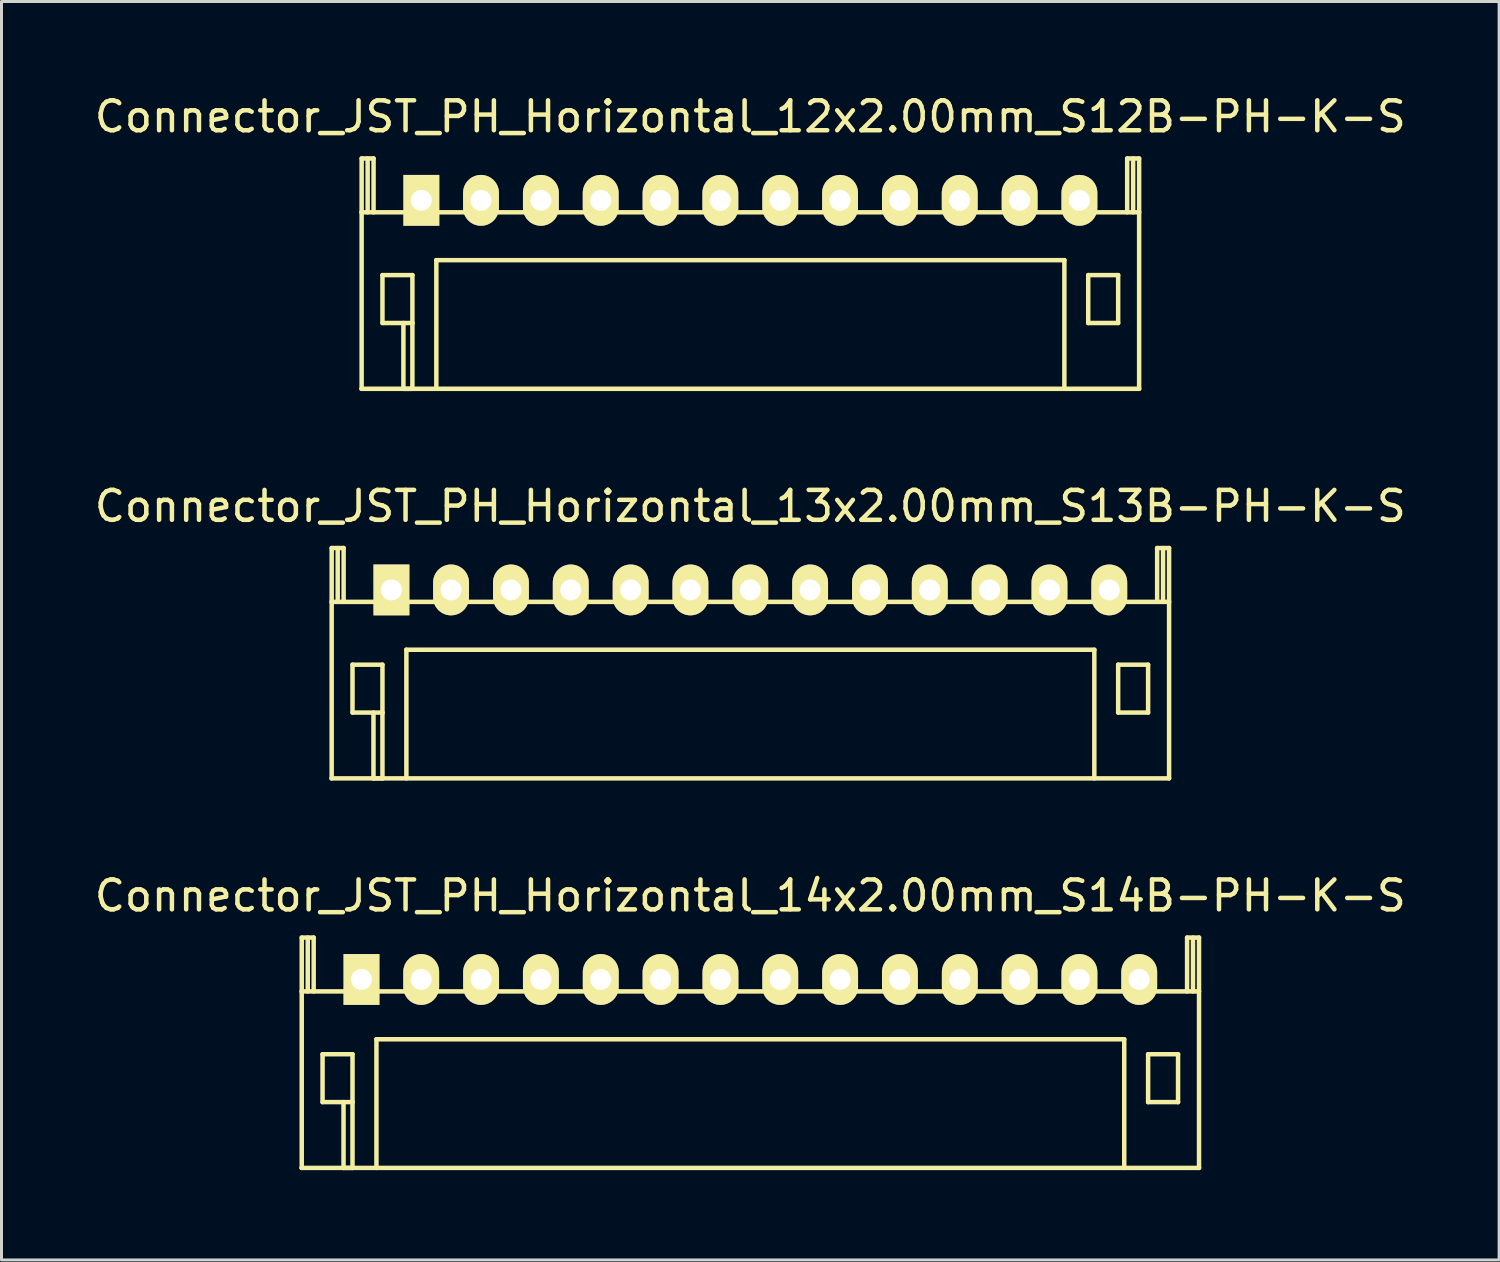
<source format=kicad_pcb>
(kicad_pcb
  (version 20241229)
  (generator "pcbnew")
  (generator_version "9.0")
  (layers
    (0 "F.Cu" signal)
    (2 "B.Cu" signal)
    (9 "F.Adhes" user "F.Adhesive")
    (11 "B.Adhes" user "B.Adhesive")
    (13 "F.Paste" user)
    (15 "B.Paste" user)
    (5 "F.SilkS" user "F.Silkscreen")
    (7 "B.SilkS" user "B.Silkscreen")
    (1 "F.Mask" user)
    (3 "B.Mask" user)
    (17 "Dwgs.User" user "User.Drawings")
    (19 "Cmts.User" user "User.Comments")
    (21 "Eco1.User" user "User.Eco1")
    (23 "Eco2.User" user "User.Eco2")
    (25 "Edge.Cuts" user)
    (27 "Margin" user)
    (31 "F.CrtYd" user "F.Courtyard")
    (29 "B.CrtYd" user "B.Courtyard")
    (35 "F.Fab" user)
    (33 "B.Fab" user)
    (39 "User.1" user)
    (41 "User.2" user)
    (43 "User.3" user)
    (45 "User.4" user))
  (footprint "Connector_JST_PH_Horizontal_13x2.00mm_S13B-PH-K-S"
    (layer "F.Cu")
    (at 10.03 16.669)
    (property "Reference" "Connector_JST_PH_Horizontal_13x2.00mm_S13B-PH-K-S" (at 12 -2.799 0) (layer "F.SilkS") (effects (font (size 1 1) (thickness 0.15))))
    (attr through_hole)
    (fp_line (start -1.993 -1.4) (end -1.993 6.299) (stroke (width 0.15) (type solid)) (layer "F.SilkS"))
    (fp_line (start -1.792 -1.4) (end -1.792 0.399) (stroke (width 0.15) (type solid)) (layer "F.SilkS"))
    (fp_line (start -1.594 -1.4) (end -1.993 -1.4) (stroke (width 0.15) (type solid)) (layer "F.SilkS"))
    (fp_line (start -1.594 0.399) (end -1.594 -1.4) (stroke (width 0.15) (type solid)) (layer "F.SilkS"))
    (fp_line (start -1.297 2.499) (end -0.296 2.499) (stroke (width 0.15) (type solid)) (layer "F.SilkS"))
    (fp_line (start -1.297 4.1) (end -1.297 2.499) (stroke (width 0.15) (type solid)) (layer "F.SilkS"))
    (fp_line (start -0.596 6.299) (end -0.596 4.1) (stroke (width 0.15) (type solid)) (layer "F.SilkS"))
    (fp_line (start -0.296 2.499) (end -0.296 4.1) (stroke (width 0.15) (type solid)) (layer "F.SilkS"))
    (fp_line (start -0.296 4.1) (end -1.297 4.1) (stroke (width 0.15) (type solid)) (layer "F.SilkS"))
    (fp_line (start -0.296 4.1) (end -0.296 6.299) (stroke (width 0.15) (type solid)) (layer "F.SilkS"))
    (fp_line (start -0.296 6.299) (end -0.596 6.299) (stroke (width 0.15) (type solid)) (layer "F.SilkS"))
    (fp_line (start 0.499 1.999) (end 23.501 1.999) (stroke (width 0.15) (type solid)) (layer "F.SilkS"))
    (fp_line (start 0.504 1.999) (end 0.504 6.299) (stroke (width 0.15) (type solid)) (layer "F.SilkS"))
    (fp_line (start 23.499 1.999) (end 23.499 6.299) (stroke (width 0.15) (type solid)) (layer "F.SilkS"))
    (fp_line (start 24.296 2.499) (end 25.297 2.499) (stroke (width 0.15) (type solid)) (layer "F.SilkS"))
    (fp_line (start 24.296 4.1) (end 24.296 2.499) (stroke (width 0.15) (type solid)) (layer "F.SilkS"))
    (fp_line (start 25.297 2.499) (end 25.297 4.1) (stroke (width 0.15) (type solid)) (layer "F.SilkS"))
    (fp_line (start 25.297 4.1) (end 24.296 4.1) (stroke (width 0.15) (type solid)) (layer "F.SilkS"))
    (fp_line (start 25.599 -1.4) (end 25.599 0.399) (stroke (width 0.15) (type solid)) (layer "F.SilkS"))
    (fp_line (start 25.797 -1.4) (end 25.797 0.399) (stroke (width 0.15) (type solid)) (layer "F.SilkS"))
    (fp_line (start 25.998 -1.4) (end 25.599 -1.4) (stroke (width 0.15) (type solid)) (layer "F.SilkS"))
    (fp_line (start 25.998 6.299) (end 25.998 -1.4) (stroke (width 0.15) (type solid)) (layer "F.SilkS"))
    (fp_line (start 26 0.399) (end -2 0.399) (stroke (width 0.15) (type solid)) (layer "F.SilkS"))
    (fp_line (start 26 6.299) (end -2 6.299) (stroke (width 0.15) (type solid)) (layer "F.SilkS"))
    (pad "1" thru_hole rect (at 0.004 0) (size 1.199 1.699) (drill 0.701) (layers "*.Cu" "*.Mask" "F.SilkS"))
    (pad "2" thru_hole oval (at 1.997 0) (size 1.199 1.699) (drill 0.701) (layers "*.Cu" "*.Mask" "F.SilkS"))
    (pad "3" thru_hole oval (at 3.999 0) (size 1.199 1.699) (drill 0.701) (layers "*.Cu" "*.Mask" "F.SilkS"))
    (pad "4" thru_hole oval (at 5.998 0) (size 1.199 1.699) (drill 0.701) (layers "*.Cu" "*.Mask" "F.SilkS"))
    (pad "5" thru_hole oval (at 8 0) (size 1.199 1.699) (drill 0.701) (layers "*.Cu" "*.Mask" "F.SilkS"))
    (pad "6" thru_hole oval (at 9.998 0) (size 1.199 1.699) (drill 0.701) (layers "*.Cu" "*.Mask" "F.SilkS"))
    (pad "7" thru_hole oval (at 12 0) (size 1.199 1.699) (drill 0.701) (layers "*.Cu" "*.Mask" "F.SilkS"))
    (pad "8" thru_hole oval (at 13.999 0) (size 1.199 1.699) (drill 0.701) (layers "*.Cu" "*.Mask" "F.SilkS"))
    (pad "9" thru_hole oval (at 16 0) (size 1.199 1.699) (drill 0.701) (layers "*.Cu" "*.Mask" "F.SilkS"))
    (pad "10" thru_hole oval (at 17.999 0) (size 1.199 1.699) (drill 0.701) (layers "*.Cu" "*.Mask" "F.SilkS"))
    (pad "11" thru_hole oval (at 20.001 0) (size 1.199 1.699) (drill 0.701) (layers "*.Cu" "*.Mask" "F.SilkS"))
    (pad "12" thru_hole oval (at 22 0) (size 1.199 1.699) (drill 0.701) (layers "*.Cu" "*.Mask" "F.SilkS"))
    (pad "13" thru_hole oval (at 23.999 0) (size 1.199 1.699) (drill 0.701) (layers "*.Cu" "*.Mask" "F.SilkS")))
  (footprint "Connector_JST_PH_Horizontal_12x2.00mm_S12B-PH-K-S"
    (layer "F.Cu")
    (at 11.03 3.647)
    (property "Reference" "Connector_JST_PH_Horizontal_12x2.00mm_S12B-PH-K-S" (at 11 -2.799 0) (layer "F.SilkS") (effects (font (size 1 1) (thickness 0.15))))
    (attr through_hole)
    (fp_line (start -2 0.399) (end 24 0.399) (stroke (width 0.15) (type solid)) (layer "F.SilkS"))
    (fp_line (start -2 6.299) (end 24 6.299) (stroke (width 0.15) (type solid)) (layer "F.SilkS"))
    (fp_line (start -1.992 -1.4) (end -1.992 6.299) (stroke (width 0.15) (type solid)) (layer "F.SilkS"))
    (fp_line (start -1.791 -1.4) (end -1.791 0.399) (stroke (width 0.15) (type solid)) (layer "F.SilkS"))
    (fp_line (start -1.593 -1.4) (end -1.992 -1.4) (stroke (width 0.15) (type solid)) (layer "F.SilkS"))
    (fp_line (start -1.593 0.399) (end -1.593 -1.4) (stroke (width 0.15) (type solid)) (layer "F.SilkS"))
    (fp_line (start -1.296 2.499) (end -0.295 2.499) (stroke (width 0.15) (type solid)) (layer "F.SilkS"))
    (fp_line (start -1.296 4.1) (end -1.296 2.499) (stroke (width 0.15) (type solid)) (layer "F.SilkS"))
    (fp_line (start -0.595 6.299) (end -0.595 4.1) (stroke (width 0.15) (type solid)) (layer "F.SilkS"))
    (fp_line (start -0.295 2.499) (end -0.295 4.1) (stroke (width 0.15) (type solid)) (layer "F.SilkS"))
    (fp_line (start -0.295 4.1) (end -1.296 4.1) (stroke (width 0.15) (type solid)) (layer "F.SilkS"))
    (fp_line (start -0.295 4.1) (end -0.295 6.299) (stroke (width 0.15) (type solid)) (layer "F.SilkS"))
    (fp_line (start -0.295 6.299) (end -0.595 6.299) (stroke (width 0.15) (type solid)) (layer "F.SilkS"))
    (fp_line (start 0.505 1.999) (end 0.505 6.299) (stroke (width 0.15) (type solid)) (layer "F.SilkS"))
    (fp_line (start 21.498 1.999) (end 21.498 6.299) (stroke (width 0.15) (type solid)) (layer "F.SilkS"))
    (fp_line (start 21.5 1.999) (end 0.5 1.999) (stroke (width 0.15) (type solid)) (layer "F.SilkS"))
    (fp_line (start 22.295 2.499) (end 23.296 2.499) (stroke (width 0.15) (type solid)) (layer "F.SilkS"))
    (fp_line (start 22.295 4.1) (end 22.295 2.499) (stroke (width 0.15) (type solid)) (layer "F.SilkS"))
    (fp_line (start 23.296 2.499) (end 23.296 4.1) (stroke (width 0.15) (type solid)) (layer "F.SilkS"))
    (fp_line (start 23.296 4.1) (end 22.295 4.1) (stroke (width 0.15) (type solid)) (layer "F.SilkS"))
    (fp_line (start 23.598 -1.4) (end 23.598 0.399) (stroke (width 0.15) (type solid)) (layer "F.SilkS"))
    (fp_line (start 23.797 -1.4) (end 23.797 0.399) (stroke (width 0.15) (type solid)) (layer "F.SilkS"))
    (fp_line (start 23.997 -1.4) (end 23.598 -1.4) (stroke (width 0.15) (type solid)) (layer "F.SilkS"))
    (fp_line (start 23.997 6.299) (end 23.997 -1.4) (stroke (width 0.15) (type solid)) (layer "F.SilkS"))
    (pad "1" thru_hole rect (at 0.004 0) (size 1.199 1.699) (drill 0.701) (layers "*.Cu" "*.Mask" "F.SilkS"))
    (pad "2" thru_hole oval (at 1.998 0) (size 1.199 1.699) (drill 0.701) (layers "*.Cu" "*.Mask" "F.SilkS"))
    (pad "3" thru_hole oval (at 4 0) (size 1.199 1.699) (drill 0.701) (layers "*.Cu" "*.Mask" "F.SilkS"))
    (pad "4" thru_hole oval (at 5.999 0) (size 1.199 1.699) (drill 0.701) (layers "*.Cu" "*.Mask" "F.SilkS"))
    (pad "5" thru_hole oval (at 8 0) (size 1.199 1.699) (drill 0.701) (layers "*.Cu" "*.Mask" "F.SilkS"))
    (pad "6" thru_hole oval (at 9.999 0) (size 1.199 1.699) (drill 0.701) (layers "*.Cu" "*.Mask" "F.SilkS"))
    (pad "7" thru_hole oval (at 12.001 0) (size 1.199 1.699) (drill 0.701) (layers "*.Cu" "*.Mask" "F.SilkS"))
    (pad "8" thru_hole oval (at 14 0) (size 1.199 1.699) (drill 0.701) (layers "*.Cu" "*.Mask" "F.SilkS"))
    (pad "9" thru_hole oval (at 16.001 0) (size 1.199 1.699) (drill 0.701) (layers "*.Cu" "*.Mask" "F.SilkS"))
    (pad "10" thru_hole oval (at 18 0) (size 1.199 1.699) (drill 0.701) (layers "*.Cu" "*.Mask" "F.SilkS"))
    (pad "11" thru_hole oval (at 20.002 0) (size 1.199 1.699) (drill 0.701) (layers "*.Cu" "*.Mask" "F.SilkS"))
    (pad "12" thru_hole oval (at 22.001 0) (size 1.199 1.699) (drill 0.701) (layers "*.Cu" "*.Mask" "F.SilkS")))
  (footprint "Connector_JST_PH_Horizontal_14x2.00mm_S14B-PH-K-S"
    (layer "F.Cu")
    (at 9.03 29.69)
    (property "Reference" "Connector_JST_PH_Horizontal_14x2.00mm_S14B-PH-K-S" (at 13 -2.799 0) (layer "F.SilkS") (effects (font (size 1 1) (thickness 0.15))))
    (attr through_hole)
    (fp_line (start -1.994 -1.4) (end -1.994 6.299) (stroke (width 0.15) (type solid)) (layer "F.SilkS"))
    (fp_line (start -1.793 -1.4) (end -1.793 0.399) (stroke (width 0.15) (type solid)) (layer "F.SilkS"))
    (fp_line (start -1.595 -1.4) (end -1.994 -1.4) (stroke (width 0.15) (type solid)) (layer "F.SilkS"))
    (fp_line (start -1.595 0.399) (end -1.595 -1.4) (stroke (width 0.15) (type solid)) (layer "F.SilkS"))
    (fp_line (start -1.298 2.499) (end -0.297 2.499) (stroke (width 0.15) (type solid)) (layer "F.SilkS"))
    (fp_line (start -1.298 4.1) (end -1.298 2.499) (stroke (width 0.15) (type solid)) (layer "F.SilkS"))
    (fp_line (start -0.597 6.299) (end -0.597 4.1) (stroke (width 0.15) (type solid)) (layer "F.SilkS"))
    (fp_line (start -0.297 2.499) (end -0.297 4.1) (stroke (width 0.15) (type solid)) (layer "F.SilkS"))
    (fp_line (start -0.297 4.1) (end -1.298 4.1) (stroke (width 0.15) (type solid)) (layer "F.SilkS"))
    (fp_line (start -0.297 4.1) (end -0.297 6.299) (stroke (width 0.15) (type solid)) (layer "F.SilkS"))
    (fp_line (start -0.297 6.299) (end -0.597 6.299) (stroke (width 0.15) (type solid)) (layer "F.SilkS"))
    (fp_line (start 0.501 1.999) (end 25.499 1.999) (stroke (width 0.15) (type solid)) (layer "F.SilkS"))
    (fp_line (start 0.503 1.999) (end 0.503 6.299) (stroke (width 0.15) (type solid)) (layer "F.SilkS"))
    (fp_line (start 25.499 1.999) (end 25.499 6.299) (stroke (width 0.15) (type solid)) (layer "F.SilkS"))
    (fp_line (start 26.297 2.499) (end 27.298 2.499) (stroke (width 0.15) (type solid)) (layer "F.SilkS"))
    (fp_line (start 26.297 4.1) (end 26.297 2.499) (stroke (width 0.15) (type solid)) (layer "F.SilkS"))
    (fp_line (start 27.298 2.499) (end 27.298 4.1) (stroke (width 0.15) (type solid)) (layer "F.SilkS"))
    (fp_line (start 27.298 4.1) (end 26.297 4.1) (stroke (width 0.15) (type solid)) (layer "F.SilkS"))
    (fp_line (start 27.6 -1.4) (end 27.6 0.399) (stroke (width 0.15) (type solid)) (layer "F.SilkS"))
    (fp_line (start 27.798 -1.4) (end 27.798 0.399) (stroke (width 0.15) (type solid)) (layer "F.SilkS"))
    (fp_line (start 27.999 -1.4) (end 27.6 -1.4) (stroke (width 0.15) (type solid)) (layer "F.SilkS"))
    (fp_line (start 27.999 6.299) (end 27.999 -1.4) (stroke (width 0.15) (type solid)) (layer "F.SilkS"))
    (fp_line (start 28.001 0.399) (end -2.001 0.399) (stroke (width 0.15) (type solid)) (layer "F.SilkS"))
    (fp_line (start 28.001 6.299) (end -2.001 6.299) (stroke (width 0.15) (type solid)) (layer "F.SilkS"))
    (pad "1" thru_hole rect (at 0.003 0) (size 1.199 1.699) (drill 0.701) (layers "*.Cu" "*.Mask" "F.SilkS"))
    (pad "2" thru_hole oval (at 1.999 0) (size 1.199 1.699) (drill 0.701) (layers "*.Cu" "*.Mask" "F.SilkS"))
    (pad "3" thru_hole oval (at 4.001 0) (size 1.199 1.699) (drill 0.701) (layers "*.Cu" "*.Mask" "F.SilkS"))
    (pad "4" thru_hole oval (at 6 0) (size 1.199 1.699) (drill 0.701) (layers "*.Cu" "*.Mask" "F.SilkS"))
    (pad "5" thru_hole oval (at 8.001 0) (size 1.199 1.699) (drill 0.701) (layers "*.Cu" "*.Mask" "F.SilkS"))
    (pad "6" thru_hole oval (at 10 0) (size 1.199 1.699) (drill 0.701) (layers "*.Cu" "*.Mask" "F.SilkS"))
    (pad "7" thru_hole oval (at 12.002 0) (size 1.199 1.699) (drill 0.701) (layers "*.Cu" "*.Mask" "F.SilkS"))
    (pad "8" thru_hole oval (at 14.001 0) (size 1.199 1.699) (drill 0.701) (layers "*.Cu" "*.Mask" "F.SilkS"))
    (pad "9" thru_hole oval (at 16.002 0) (size 1.199 1.699) (drill 0.701) (layers "*.Cu" "*.Mask" "F.SilkS"))
    (pad "10" thru_hole oval (at 18.001 0) (size 1.199 1.699) (drill 0.701) (layers "*.Cu" "*.Mask" "F.SilkS"))
    (pad "11" thru_hole oval (at 20.003 0) (size 1.199 1.699) (drill 0.701) (layers "*.Cu" "*.Mask" "F.SilkS"))
    (pad "12" thru_hole oval (at 22.002 0) (size 1.199 1.699) (drill 0.701) (layers "*.Cu" "*.Mask" "F.SilkS"))
    (pad "13" thru_hole oval (at 24.001 0) (size 1.199 1.699) (drill 0.701) (layers "*.Cu" "*.Mask" "F.SilkS"))
    (pad "14" thru_hole oval (at 26 0) (size 1.199 1.699) (drill 0.701) (layers "*.Cu" "*.Mask" "F.SilkS")))
  (gr_rect
    (start -3 -3)
    (end 47.06 39.065)
    (stroke (width 0.1) (type default))
    (fill no)
    (layer "Edge.Cuts")))
</source>
